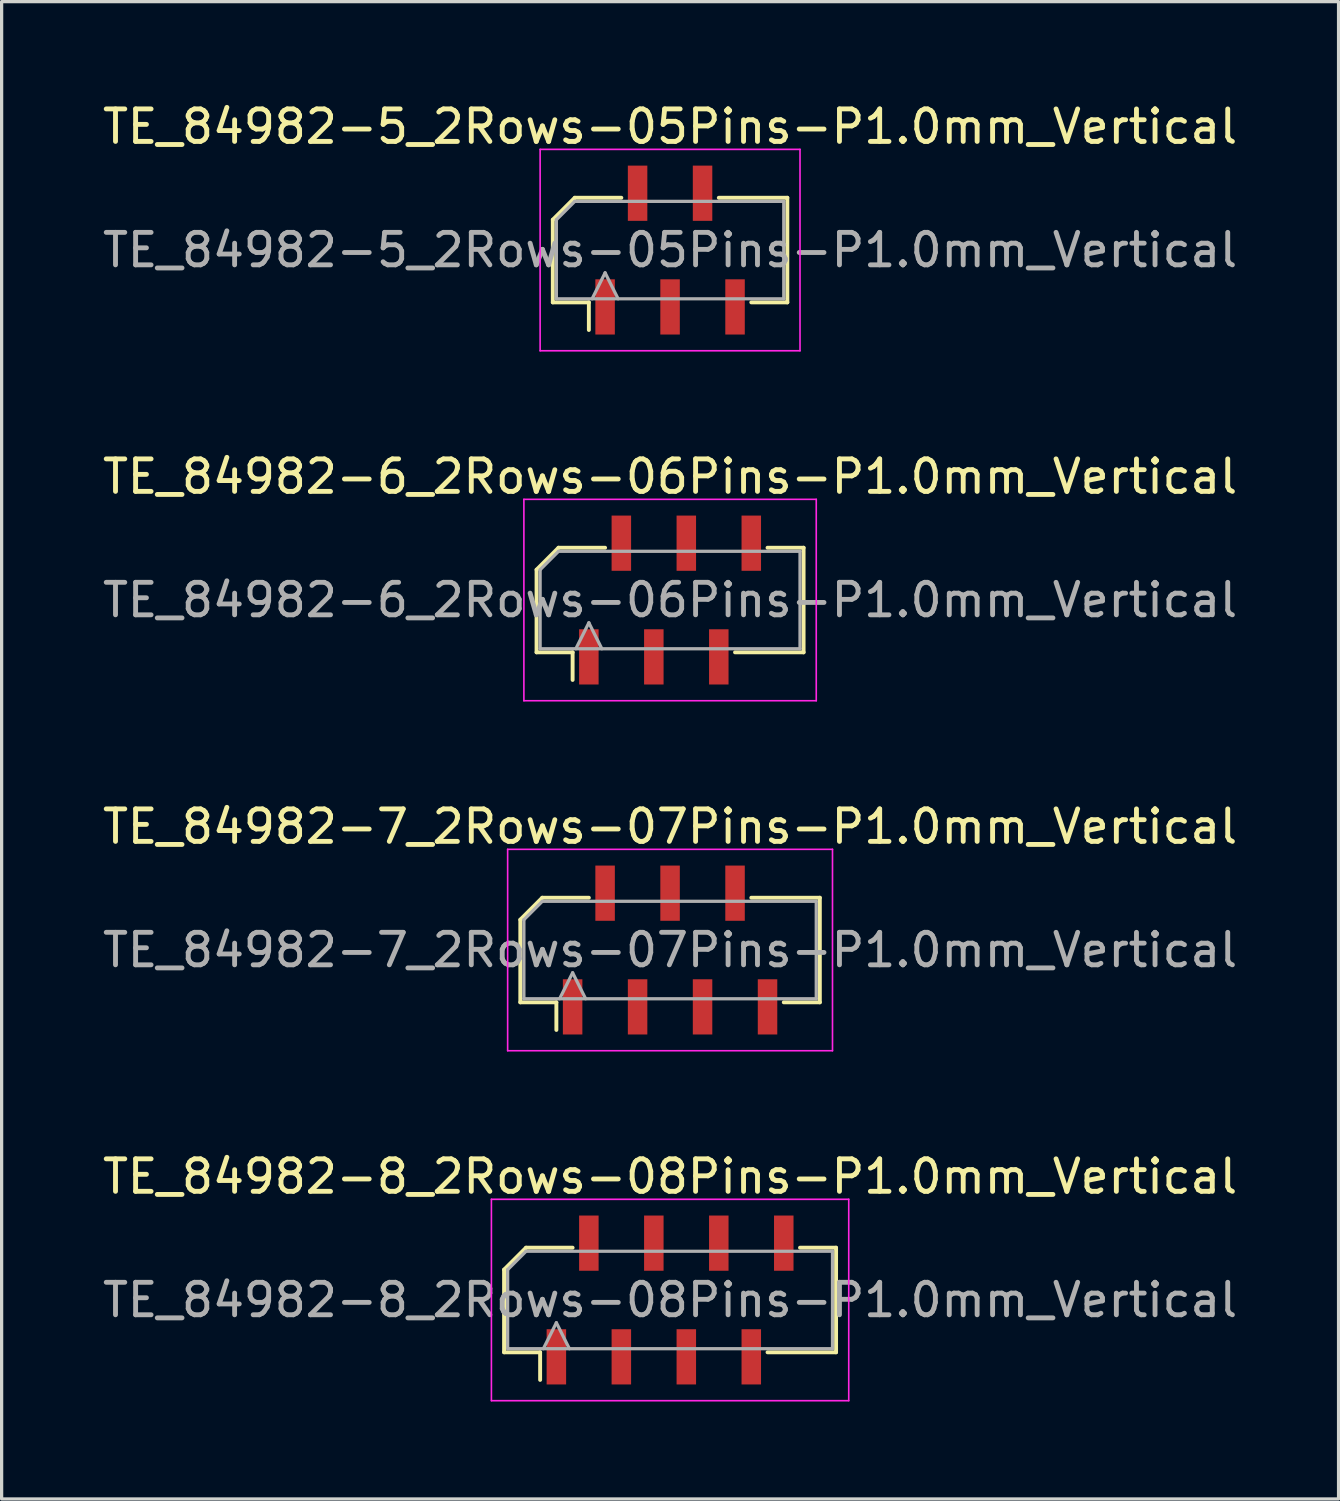
<source format=kicad_pcb>
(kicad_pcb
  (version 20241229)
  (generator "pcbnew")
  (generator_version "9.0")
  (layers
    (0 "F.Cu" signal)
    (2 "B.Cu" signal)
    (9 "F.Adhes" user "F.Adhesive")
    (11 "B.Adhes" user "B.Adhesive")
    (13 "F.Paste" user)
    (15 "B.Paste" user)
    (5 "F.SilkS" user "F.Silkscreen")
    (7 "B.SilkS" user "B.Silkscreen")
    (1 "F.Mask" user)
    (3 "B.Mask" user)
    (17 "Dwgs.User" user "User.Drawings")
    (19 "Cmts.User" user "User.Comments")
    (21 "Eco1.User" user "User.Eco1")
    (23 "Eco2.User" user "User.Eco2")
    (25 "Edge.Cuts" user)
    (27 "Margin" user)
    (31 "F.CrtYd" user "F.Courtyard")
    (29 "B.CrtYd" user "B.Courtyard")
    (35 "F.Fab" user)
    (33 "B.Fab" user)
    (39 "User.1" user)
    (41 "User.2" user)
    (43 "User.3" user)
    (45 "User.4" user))
  (footprint "TE_84982-8_2Rows-08Pins-P1.0mm_Vertical"
    (layer "F.Cu")
    (at 17.577 36.968)
    (property "Reference" "TE_84982-8_2Rows-08Pins-P1.0mm_Vertical" (at 0 -3.8 0) (layer "F.SilkS") (effects (font (size 1 1) (thickness 0.15))))
    (attr smd)
    (fp_line (start -5.11 -0.934) (end -5.11 1.61) (stroke (width 0.12) (type solid)) (layer "F.SilkS"))
    (fp_line (start -5.11 1.61) (end -4 1.61) (stroke (width 0.12) (type solid)) (layer "F.SilkS"))
    (fp_line (start -4.434 -1.61) (end -5.11 -0.934) (stroke (width 0.12) (type solid)) (layer "F.SilkS"))
    (fp_line (start -4 1.61) (end -4 2.46) (stroke (width 0.12) (type solid)) (layer "F.SilkS"))
    (fp_line (start -3 -1.61) (end -4.434 -1.61) (stroke (width 0.12) (type solid)) (layer "F.SilkS"))
    (fp_line (start 3 1.61) (end 5.11 1.61) (stroke (width 0.12) (type solid)) (layer "F.SilkS"))
    (fp_line (start 5.11 -1.61) (end 4 -1.61) (stroke (width 0.12) (type solid)) (layer "F.SilkS"))
    (fp_line (start 5.11 1.61) (end 5.11 -1.61) (stroke (width 0.12) (type solid)) (layer "F.SilkS"))
    (fp_line (start -5.5 -3.1) (end 5.5 -3.1) (stroke (width 0.05) (type solid)) (layer "F.CrtYd"))
    (fp_line (start -5.5 3.1) (end -5.5 -3.1) (stroke (width 0.05) (type solid)) (layer "F.CrtYd"))
    (fp_line (start 5.5 -3.1) (end 5.5 3.1) (stroke (width 0.05) (type solid)) (layer "F.CrtYd"))
    (fp_line (start 5.5 3.1) (end -5.5 3.1) (stroke (width 0.05) (type solid)) (layer "F.CrtYd"))
    (fp_line (start -5 -0.934) (end -5 1.5) (stroke (width 0.1) (type solid)) (layer "F.Fab"))
    (fp_line (start -5 1.5) (end 5 1.5) (stroke (width 0.1) (type solid)) (layer "F.Fab"))
    (fp_line (start -4.434 -1.5) (end -5 -0.934) (stroke (width 0.1) (type solid)) (layer "F.Fab"))
    (fp_line (start -3.9 1.5) (end -3.5 0.7) (stroke (width 0.1) (type solid)) (layer "F.Fab"))
    (fp_line (start -3.5 0.7) (end -3.1 1.5) (stroke (width 0.1) (type solid)) (layer "F.Fab"))
    (fp_line (start 5 -1.5) (end -4.434 -1.5) (stroke (width 0.1) (type solid)) (layer "F.Fab"))
    (fp_line (start 5 1.5) (end 5 -1.5) (stroke (width 0.1) (type solid)) (layer "F.Fab"))
    (fp_text user "${REFERENCE}" (at 0 0 0) (layer "F.Fab") (effects (font (size 1 1) (thickness 0.15))))
    (pad "1" smd rect (at -3.5 1.75) (size 0.6 1.7) (layers "F.Cu" "F.Mask" "F.Paste"))
    (pad "2" smd rect (at -2.5 -1.75) (size 0.6 1.7) (layers "F.Cu" "F.Mask" "F.Paste"))
    (pad "3" smd rect (at -1.5 1.75) (size 0.6 1.7) (layers "F.Cu" "F.Mask" "F.Paste"))
    (pad "4" smd rect (at -0.5 -1.75) (size 0.6 1.7) (layers "F.Cu" "F.Mask" "F.Paste"))
    (pad "5" smd rect (at 0.5 1.75) (size 0.6 1.7) (layers "F.Cu" "F.Mask" "F.Paste"))
    (pad "6" smd rect (at 1.5 -1.75) (size 0.6 1.7) (layers "F.Cu" "F.Mask" "F.Paste"))
    (pad "7" smd rect (at 2.5 1.75) (size 0.6 1.7) (layers "F.Cu" "F.Mask" "F.Paste"))
    (pad "8" smd rect (at 3.5 -1.75) (size 0.6 1.7) (layers "F.Cu" "F.Mask" "F.Paste")))
  (footprint "TE_84982-6_2Rows-06Pins-P1.0mm_Vertical"
    (layer "F.Cu")
    (at 17.577 15.421)
    (property "Reference" "TE_84982-6_2Rows-06Pins-P1.0mm_Vertical" (at 0 -3.8 0) (layer "F.SilkS") (effects (font (size 1 1) (thickness 0.15))))
    (attr smd)
    (fp_line (start -4.11 -0.934) (end -4.11 1.61) (stroke (width 0.12) (type solid)) (layer "F.SilkS"))
    (fp_line (start -4.11 1.61) (end -3 1.61) (stroke (width 0.12) (type solid)) (layer "F.SilkS"))
    (fp_line (start -3.434 -1.61) (end -4.11 -0.934) (stroke (width 0.12) (type solid)) (layer "F.SilkS"))
    (fp_line (start -3 1.61) (end -3 2.46) (stroke (width 0.12) (type solid)) (layer "F.SilkS"))
    (fp_line (start -2 -1.61) (end -3.434 -1.61) (stroke (width 0.12) (type solid)) (layer "F.SilkS"))
    (fp_line (start 2 1.61) (end 4.11 1.61) (stroke (width 0.12) (type solid)) (layer "F.SilkS"))
    (fp_line (start 4.11 -1.61) (end 3 -1.61) (stroke (width 0.12) (type solid)) (layer "F.SilkS"))
    (fp_line (start 4.11 1.61) (end 4.11 -1.61) (stroke (width 0.12) (type solid)) (layer "F.SilkS"))
    (fp_line (start -4.5 -3.1) (end 4.5 -3.1) (stroke (width 0.05) (type solid)) (layer "F.CrtYd"))
    (fp_line (start -4.5 3.1) (end -4.5 -3.1) (stroke (width 0.05) (type solid)) (layer "F.CrtYd"))
    (fp_line (start 4.5 -3.1) (end 4.5 3.1) (stroke (width 0.05) (type solid)) (layer "F.CrtYd"))
    (fp_line (start 4.5 3.1) (end -4.5 3.1) (stroke (width 0.05) (type solid)) (layer "F.CrtYd"))
    (fp_line (start -4 -0.934) (end -4 1.5) (stroke (width 0.1) (type solid)) (layer "F.Fab"))
    (fp_line (start -4 1.5) (end 4 1.5) (stroke (width 0.1) (type solid)) (layer "F.Fab"))
    (fp_line (start -3.434 -1.5) (end -4 -0.934) (stroke (width 0.1) (type solid)) (layer "F.Fab"))
    (fp_line (start -2.9 1.5) (end -2.5 0.7) (stroke (width 0.1) (type solid)) (layer "F.Fab"))
    (fp_line (start -2.5 0.7) (end -2.1 1.5) (stroke (width 0.1) (type solid)) (layer "F.Fab"))
    (fp_line (start 4 -1.5) (end -3.434 -1.5) (stroke (width 0.1) (type solid)) (layer "F.Fab"))
    (fp_line (start 4 1.5) (end 4 -1.5) (stroke (width 0.1) (type solid)) (layer "F.Fab"))
    (fp_text user "${REFERENCE}" (at 0 0 0) (layer "F.Fab") (effects (font (size 1 1) (thickness 0.15))))
    (pad "1" smd rect (at -2.5 1.75) (size 0.6 1.7) (layers "F.Cu" "F.Mask" "F.Paste"))
    (pad "2" smd rect (at -1.5 -1.75) (size 0.6 1.7) (layers "F.Cu" "F.Mask" "F.Paste"))
    (pad "3" smd rect (at -0.5 1.75) (size 0.6 1.7) (layers "F.Cu" "F.Mask" "F.Paste"))
    (pad "4" smd rect (at 0.5 -1.75) (size 0.6 1.7) (layers "F.Cu" "F.Mask" "F.Paste"))
    (pad "5" smd rect (at 1.5 1.75) (size 0.6 1.7) (layers "F.Cu" "F.Mask" "F.Paste"))
    (pad "6" smd rect (at 2.5 -1.75) (size 0.6 1.7) (layers "F.Cu" "F.Mask" "F.Paste")))
  (footprint "TE_84982-5_2Rows-05Pins-P1.0mm_Vertical"
    (layer "F.Cu")
    (at 17.577 4.648)
    (property "Reference" "TE_84982-5_2Rows-05Pins-P1.0mm_Vertical" (at 0 -3.8 0) (layer "F.SilkS") (effects (font (size 1 1) (thickness 0.15))))
    (attr smd)
    (fp_line (start -3.61 -0.934) (end -3.61 1.61) (stroke (width 0.12) (type solid)) (layer "F.SilkS"))
    (fp_line (start -3.61 1.61) (end -2.5 1.61) (stroke (width 0.12) (type solid)) (layer "F.SilkS"))
    (fp_line (start -2.934 -1.61) (end -3.61 -0.934) (stroke (width 0.12) (type solid)) (layer "F.SilkS"))
    (fp_line (start -2.5 1.61) (end -2.5 2.46) (stroke (width 0.12) (type solid)) (layer "F.SilkS"))
    (fp_line (start -1.5 -1.61) (end -2.934 -1.61) (stroke (width 0.12) (type solid)) (layer "F.SilkS"))
    (fp_line (start 2.5 1.61) (end 3.61 1.61) (stroke (width 0.12) (type solid)) (layer "F.SilkS"))
    (fp_line (start 3.61 -1.61) (end 1.5 -1.61) (stroke (width 0.12) (type solid)) (layer "F.SilkS"))
    (fp_line (start 3.61 1.61) (end 3.61 -1.61) (stroke (width 0.12) (type solid)) (layer "F.SilkS"))
    (fp_line (start -4 -3.1) (end 4 -3.1) (stroke (width 0.05) (type solid)) (layer "F.CrtYd"))
    (fp_line (start -4 3.1) (end -4 -3.1) (stroke (width 0.05) (type solid)) (layer "F.CrtYd"))
    (fp_line (start 4 -3.1) (end 4 3.1) (stroke (width 0.05) (type solid)) (layer "F.CrtYd"))
    (fp_line (start 4 3.1) (end -4 3.1) (stroke (width 0.05) (type solid)) (layer "F.CrtYd"))
    (fp_line (start -3.5 -0.934) (end -3.5 1.5) (stroke (width 0.1) (type solid)) (layer "F.Fab"))
    (fp_line (start -3.5 1.5) (end 3.5 1.5) (stroke (width 0.1) (type solid)) (layer "F.Fab"))
    (fp_line (start -2.934 -1.5) (end -3.5 -0.934) (stroke (width 0.1) (type solid)) (layer "F.Fab"))
    (fp_line (start -2.4 1.5) (end -2 0.7) (stroke (width 0.1) (type solid)) (layer "F.Fab"))
    (fp_line (start -2 0.7) (end -1.6 1.5) (stroke (width 0.1) (type solid)) (layer "F.Fab"))
    (fp_line (start 3.5 -1.5) (end -2.934 -1.5) (stroke (width 0.1) (type solid)) (layer "F.Fab"))
    (fp_line (start 3.5 1.5) (end 3.5 -1.5) (stroke (width 0.1) (type solid)) (layer "F.Fab"))
    (fp_text user "${REFERENCE}" (at 0 0 0) (layer "F.Fab") (effects (font (size 1 1) (thickness 0.15))))
    (pad "1" smd rect (at -2 1.75) (size 0.6 1.7) (layers "F.Cu" "F.Mask" "F.Paste"))
    (pad "2" smd rect (at -1 -1.75) (size 0.6 1.7) (layers "F.Cu" "F.Mask" "F.Paste"))
    (pad "3" smd rect (at 0 1.75) (size 0.6 1.7) (layers "F.Cu" "F.Mask" "F.Paste"))
    (pad "4" smd rect (at 1 -1.75) (size 0.6 1.7) (layers "F.Cu" "F.Mask" "F.Paste"))
    (pad "5" smd rect (at 2 1.75) (size 0.6 1.7) (layers "F.Cu" "F.Mask" "F.Paste")))
  (footprint "TE_84982-7_2Rows-07Pins-P1.0mm_Vertical"
    (layer "F.Cu")
    (at 17.577 26.195)
    (property "Reference" "TE_84982-7_2Rows-07Pins-P1.0mm_Vertical" (at 0 -3.8 0) (layer "F.SilkS") (effects (font (size 1 1) (thickness 0.15))))
    (attr smd)
    (fp_line (start -4.61 -0.934) (end -4.61 1.61) (stroke (width 0.12) (type solid)) (layer "F.SilkS"))
    (fp_line (start -4.61 1.61) (end -3.5 1.61) (stroke (width 0.12) (type solid)) (layer "F.SilkS"))
    (fp_line (start -3.934 -1.61) (end -4.61 -0.934) (stroke (width 0.12) (type solid)) (layer "F.SilkS"))
    (fp_line (start -3.5 1.61) (end -3.5 2.46) (stroke (width 0.12) (type solid)) (layer "F.SilkS"))
    (fp_line (start -2.5 -1.61) (end -3.934 -1.61) (stroke (width 0.12) (type solid)) (layer "F.SilkS"))
    (fp_line (start 3.5 1.61) (end 4.61 1.61) (stroke (width 0.12) (type solid)) (layer "F.SilkS"))
    (fp_line (start 4.61 -1.61) (end 2.5 -1.61) (stroke (width 0.12) (type solid)) (layer "F.SilkS"))
    (fp_line (start 4.61 1.61) (end 4.61 -1.61) (stroke (width 0.12) (type solid)) (layer "F.SilkS"))
    (fp_line (start -5 -3.1) (end 5 -3.1) (stroke (width 0.05) (type solid)) (layer "F.CrtYd"))
    (fp_line (start -5 3.1) (end -5 -3.1) (stroke (width 0.05) (type solid)) (layer "F.CrtYd"))
    (fp_line (start 5 -3.1) (end 5 3.1) (stroke (width 0.05) (type solid)) (layer "F.CrtYd"))
    (fp_line (start 5 3.1) (end -5 3.1) (stroke (width 0.05) (type solid)) (layer "F.CrtYd"))
    (fp_line (start -4.5 -0.934) (end -4.5 1.5) (stroke (width 0.1) (type solid)) (layer "F.Fab"))
    (fp_line (start -4.5 1.5) (end 4.5 1.5) (stroke (width 0.1) (type solid)) (layer "F.Fab"))
    (fp_line (start -3.934 -1.5) (end -4.5 -0.934) (stroke (width 0.1) (type solid)) (layer "F.Fab"))
    (fp_line (start -3.4 1.5) (end -3 0.7) (stroke (width 0.1) (type solid)) (layer "F.Fab"))
    (fp_line (start -3 0.7) (end -2.6 1.5) (stroke (width 0.1) (type solid)) (layer "F.Fab"))
    (fp_line (start 4.5 -1.5) (end -3.934 -1.5) (stroke (width 0.1) (type solid)) (layer "F.Fab"))
    (fp_line (start 4.5 1.5) (end 4.5 -1.5) (stroke (width 0.1) (type solid)) (layer "F.Fab"))
    (fp_text user "${REFERENCE}" (at 0 0 0) (layer "F.Fab") (effects (font (size 1 1) (thickness 0.15))))
    (pad "1" smd rect (at -3 1.75) (size 0.6 1.7) (layers "F.Cu" "F.Mask" "F.Paste"))
    (pad "2" smd rect (at -2 -1.75) (size 0.6 1.7) (layers "F.Cu" "F.Mask" "F.Paste"))
    (pad "3" smd rect (at -1 1.75) (size 0.6 1.7) (layers "F.Cu" "F.Mask" "F.Paste"))
    (pad "4" smd rect (at 0 -1.75) (size 0.6 1.7) (layers "F.Cu" "F.Mask" "F.Paste"))
    (pad "5" smd rect (at 1 1.75) (size 0.6 1.7) (layers "F.Cu" "F.Mask" "F.Paste"))
    (pad "6" smd rect (at 2 -1.75) (size 0.6 1.7) (layers "F.Cu" "F.Mask" "F.Paste"))
    (pad "7" smd rect (at 3 1.75) (size 0.6 1.7) (layers "F.Cu" "F.Mask" "F.Paste")))
  (gr_rect
    (start -3 -3)
    (end 38.155 43.093)
    (stroke (width 0.1) (type default))
    (fill no)
    (layer "Edge.Cuts")))
</source>
